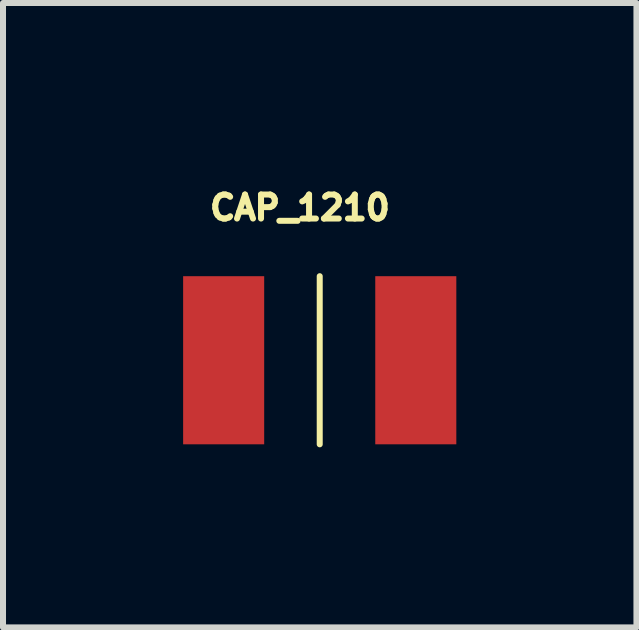
<source format=kicad_pcb>
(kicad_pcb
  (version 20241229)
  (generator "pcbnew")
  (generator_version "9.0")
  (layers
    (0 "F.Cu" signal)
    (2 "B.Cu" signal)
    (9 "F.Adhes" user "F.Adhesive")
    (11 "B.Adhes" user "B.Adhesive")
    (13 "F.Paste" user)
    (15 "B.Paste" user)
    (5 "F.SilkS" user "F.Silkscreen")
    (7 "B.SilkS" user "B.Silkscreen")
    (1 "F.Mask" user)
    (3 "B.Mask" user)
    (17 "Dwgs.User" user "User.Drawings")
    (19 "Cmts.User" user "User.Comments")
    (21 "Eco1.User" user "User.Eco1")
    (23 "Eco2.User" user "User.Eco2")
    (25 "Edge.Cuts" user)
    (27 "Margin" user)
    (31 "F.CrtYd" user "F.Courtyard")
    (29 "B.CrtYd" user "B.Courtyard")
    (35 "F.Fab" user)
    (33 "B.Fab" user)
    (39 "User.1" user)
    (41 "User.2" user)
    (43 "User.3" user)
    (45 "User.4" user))
  (footprint "CAP_1210"
    (layer "F.Cu")
    (at 2.275 2.95)
    (property "Reference" "CAP_1210" (at -0.33 -2.54 0) (layer "F.SilkS") (effects (font (size 0.4 0.4) (thickness 0.1))))
    (attr through_hole)
    (fp_line (start 0 -1.4) (end 0 1.4) (stroke (width 0.1) (type solid)) (layer "F.SilkS"))
    (pad "1" smd rect (at -1.6 0) (size 1.35 2.8) (layers "F.Cu" "F.Mask" "F.Paste"))
    (pad "2" smd rect (at 1.6 0) (size 1.35 2.8) (layers "F.Cu" "F.Mask" "F.Paste")))
  (gr_rect
    (start -3 -3)
    (end 7.55 7.399)
    (stroke (width 0.1) (type default))
    (fill no)
    (layer "Edge.Cuts")))
</source>
